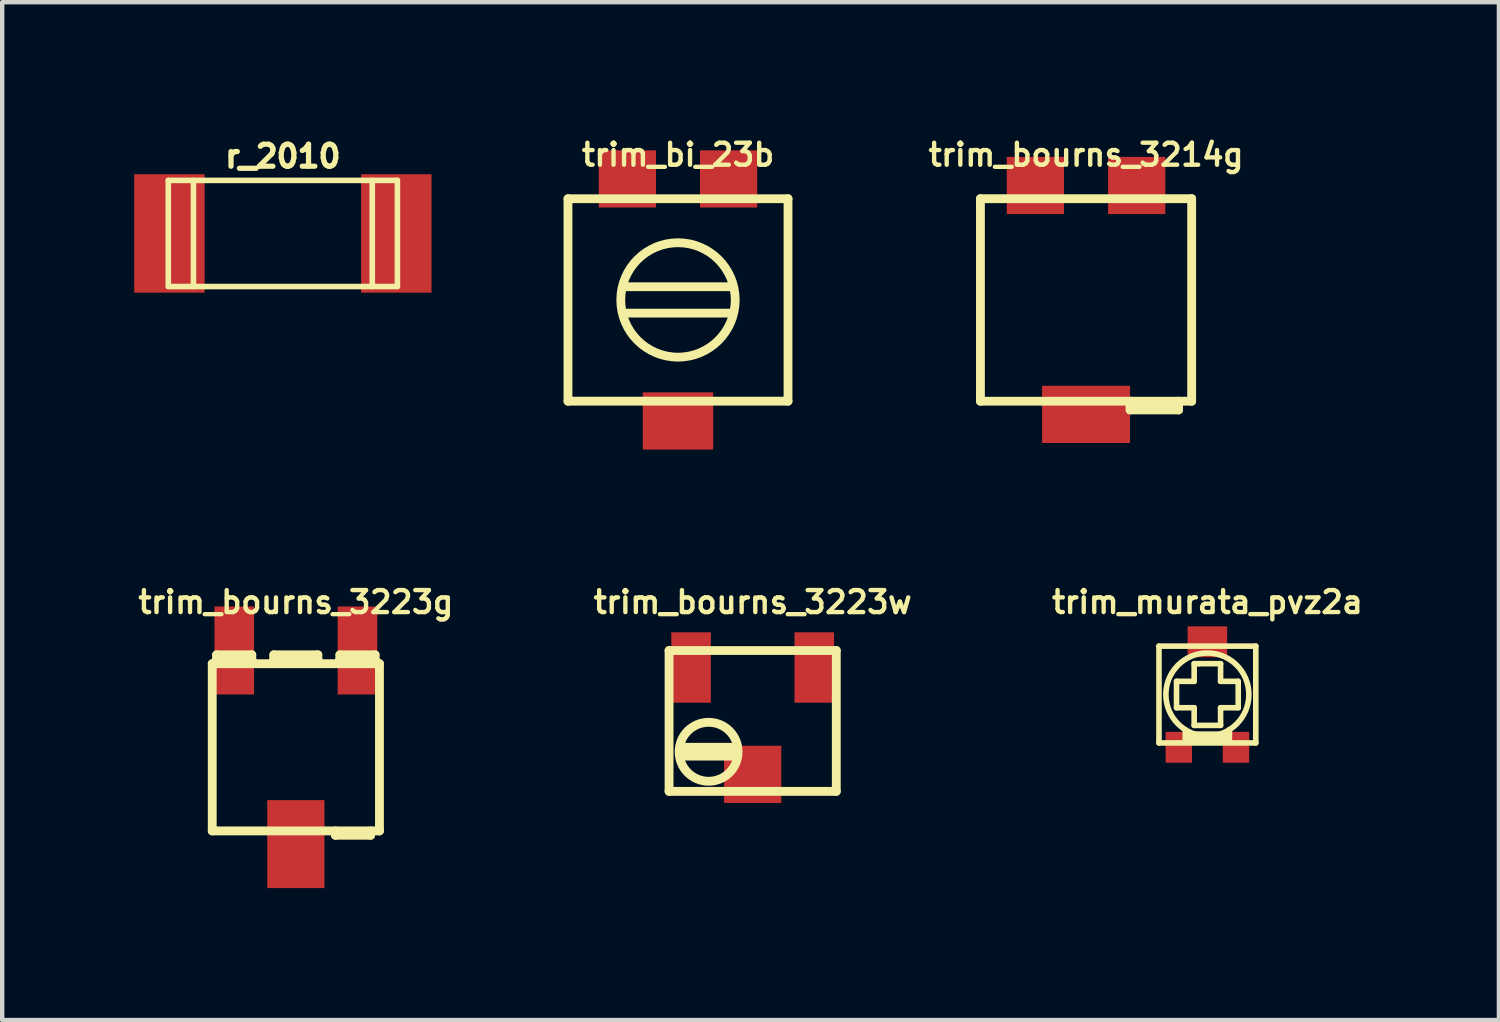
<source format=kicad_pcb>
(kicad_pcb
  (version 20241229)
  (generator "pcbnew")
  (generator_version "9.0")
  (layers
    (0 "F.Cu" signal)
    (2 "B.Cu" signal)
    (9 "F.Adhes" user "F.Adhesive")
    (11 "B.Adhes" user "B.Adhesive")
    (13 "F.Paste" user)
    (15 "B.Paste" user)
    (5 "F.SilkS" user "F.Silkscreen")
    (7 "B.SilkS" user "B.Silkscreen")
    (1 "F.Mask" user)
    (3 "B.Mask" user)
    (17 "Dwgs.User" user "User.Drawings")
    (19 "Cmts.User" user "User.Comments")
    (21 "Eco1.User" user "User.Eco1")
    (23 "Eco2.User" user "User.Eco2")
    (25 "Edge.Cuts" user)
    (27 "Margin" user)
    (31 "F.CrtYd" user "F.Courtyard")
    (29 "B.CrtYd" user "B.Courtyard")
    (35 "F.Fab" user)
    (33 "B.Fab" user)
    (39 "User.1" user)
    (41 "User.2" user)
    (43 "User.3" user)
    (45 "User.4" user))
  (footprint "trim_bourns_3214g"
    (layer "F.Cu")
    (at 21.63 3.766)
    (property "Reference" "trim_bourns_3214g" (at 0 -3.299 0) (layer "F.SilkS") (effects (font (size 0.5 0.5) (thickness 0.099))))
    (attr through_hole)
    (fp_line (start -2.4 -2.301) (end -2.4 2.301) (stroke (width 0.201) (type solid)) (layer "F.SilkS"))
    (fp_line (start -2.4 2.301) (end 2.4 2.301) (stroke (width 0.201) (type solid)) (layer "F.SilkS"))
    (fp_line (start 1.001 2.301) (end 1.001 2.499) (stroke (width 0.201) (type solid)) (layer "F.SilkS"))
    (fp_line (start 1.001 2.499) (end 2.101 2.499) (stroke (width 0.201) (type solid)) (layer "F.SilkS"))
    (fp_line (start 2.101 2.4) (end 1.001 2.4) (stroke (width 0.201) (type solid)) (layer "F.SilkS"))
    (fp_line (start 2.101 2.499) (end 2.101 2.301) (stroke (width 0.201) (type solid)) (layer "F.SilkS"))
    (fp_line (start 2.4 -2.301) (end -2.4 -2.301) (stroke (width 0.201) (type solid)) (layer "F.SilkS"))
    (fp_line (start 2.4 2.301) (end 2.4 -2.301) (stroke (width 0.201) (type solid)) (layer "F.SilkS"))
    (pad "1" smd rect (at 1.151 -2.601) (size 1.3 1.3) (layers "F.Cu" "F.Mask" "F.Paste"))
    (pad "2" smd rect (at 0 2.601) (size 1.999 1.3) (layers "F.Cu" "F.Mask" "F.Paste"))
    (pad "3" smd rect (at -1.151 -2.601) (size 1.3 1.3) (layers "F.Cu" "F.Mask" "F.Paste")))
  (footprint "trim_murata_pvz2a"
    (layer "F.Cu")
    (at 24.387 12.733)
    (property "Reference" "trim_murata_pvz2a" (at 0 -2.101 0) (layer "F.SilkS") (effects (font (size 0.5 0.5) (thickness 0.099))))
    (attr through_hole)
    (fp_line (start -1.1 -1.1) (end 1.1 -1.1) (stroke (width 0.127) (type solid)) (layer "F.SilkS"))
    (fp_line (start -1.1 1.1) (end -1.1 -1.1) (stroke (width 0.127) (type solid)) (layer "F.SilkS"))
    (fp_line (start -0.701 -0.3) (end -0.701 0.3) (stroke (width 0.127) (type solid)) (layer "F.SilkS"))
    (fp_line (start -0.701 0.3) (end -0.3 0.3) (stroke (width 0.127) (type solid)) (layer "F.SilkS"))
    (fp_line (start -0.5 0.899) (end 0.5 0.899) (stroke (width 0.127) (type solid)) (layer "F.SilkS"))
    (fp_line (start -0.5 1.001) (end -0.5 0.8) (stroke (width 0.127) (type solid)) (layer "F.SilkS"))
    (fp_line (start -0.3 -0.701) (end -0.3 -0.3) (stroke (width 0.127) (type solid)) (layer "F.SilkS"))
    (fp_line (start -0.3 -0.3) (end -0.701 -0.3) (stroke (width 0.127) (type solid)) (layer "F.SilkS"))
    (fp_line (start -0.3 0.3) (end -0.3 0.701) (stroke (width 0.127) (type solid)) (layer "F.SilkS"))
    (fp_line (start -0.3 0.701) (end 0.3 0.701) (stroke (width 0.127) (type solid)) (layer "F.SilkS"))
    (fp_line (start -0.201 -0.701) (end -0.3 -0.701) (stroke (width 0.127) (type solid)) (layer "F.SilkS"))
    (fp_line (start 0.3 -0.701) (end -0.201 -0.701) (stroke (width 0.127) (type solid)) (layer "F.SilkS"))
    (fp_line (start 0.3 -0.3) (end 0.3 -0.701) (stroke (width 0.127) (type solid)) (layer "F.SilkS"))
    (fp_line (start 0.3 0.3) (end 0.701 0.3) (stroke (width 0.127) (type solid)) (layer "F.SilkS"))
    (fp_line (start 0.3 0.701) (end 0.3 0.3) (stroke (width 0.127) (type solid)) (layer "F.SilkS"))
    (fp_line (start 0.5 1.001) (end -0.5 1.001) (stroke (width 0.127) (type solid)) (layer "F.SilkS"))
    (fp_line (start 0.5 1.001) (end 0.5 0.8) (stroke (width 0.127) (type solid)) (layer "F.SilkS"))
    (fp_line (start 0.701 -0.3) (end 0.3 -0.3) (stroke (width 0.127) (type solid)) (layer "F.SilkS"))
    (fp_line (start 0.701 0.3) (end 0.701 -0.3) (stroke (width 0.127) (type solid)) (layer "F.SilkS"))
    (fp_line (start 1.1 -1.1) (end 1.1 1.1) (stroke (width 0.127) (type solid)) (layer "F.SilkS"))
    (fp_line (start 1.1 1.1) (end -1.1 1.1) (stroke (width 0.127) (type solid)) (layer "F.SilkS"))
    (fp_circle (center 0 0) (end -0.8 0.5) (stroke (width 0.127) (type solid)) (fill no) (layer "F.SilkS"))
    (pad "1" smd rect (at -0.65 1.199) (size 0.599 0.701) (layers "F.Cu" "F.Mask" "F.Paste"))
    (pad "2" smd rect (at 0 -1.199) (size 0.899 0.701) (layers "F.Cu" "F.Mask" "F.Paste"))
    (pad "3" smd rect (at 0.65 1.199) (size 0.599 0.701) (layers "F.Cu" "F.Mask" "F.Paste")))
  (footprint "trim_bourns_3223g"
    (layer "F.Cu")
    (at 3.673 13.932)
    (property "Reference" "trim_bourns_3223g" (at 0 -3.299 0) (layer "F.SilkS") (effects (font (size 0.5 0.5) (thickness 0.099))))
    (attr through_hole)
    (fp_line (start -1.9 -1.9) (end 1.9 -1.9) (stroke (width 0.201) (type solid)) (layer "F.SilkS"))
    (fp_line (start -1.9 1.9) (end -1.9 -1.9) (stroke (width 0.201) (type solid)) (layer "F.SilkS"))
    (fp_line (start -1.801 -2.101) (end -1.801 -1.999) (stroke (width 0.201) (type solid)) (layer "F.SilkS"))
    (fp_line (start -1.801 -1.999) (end -1.001 -1.999) (stroke (width 0.201) (type solid)) (layer "F.SilkS"))
    (fp_line (start -1.801 -1.9) (end -1.801 -1.999) (stroke (width 0.201) (type solid)) (layer "F.SilkS"))
    (fp_line (start -1.001 -2.101) (end -1.801 -2.101) (stroke (width 0.201) (type solid)) (layer "F.SilkS"))
    (fp_line (start -1.001 -1.999) (end -1.001 -2.101) (stroke (width 0.201) (type solid)) (layer "F.SilkS"))
    (fp_line (start -1.001 -1.999) (end -1.001 -1.9) (stroke (width 0.201) (type solid)) (layer "F.SilkS"))
    (fp_line (start -0.5 -2.101) (end -0.5 -1.999) (stroke (width 0.201) (type solid)) (layer "F.SilkS"))
    (fp_line (start -0.5 -1.999) (end 0.5 -1.999) (stroke (width 0.201) (type solid)) (layer "F.SilkS"))
    (fp_line (start -0.5 -1.9) (end -0.5 -1.999) (stroke (width 0.201) (type solid)) (layer "F.SilkS"))
    (fp_line (start 0.5 -2.101) (end -0.5 -2.101) (stroke (width 0.201) (type solid)) (layer "F.SilkS"))
    (fp_line (start 0.5 -1.999) (end 0.5 -2.101) (stroke (width 0.201) (type solid)) (layer "F.SilkS"))
    (fp_line (start 0.5 -1.999) (end 0.5 -1.9) (stroke (width 0.201) (type solid)) (layer "F.SilkS"))
    (fp_line (start 0.899 1.9) (end 0.899 1.999) (stroke (width 0.201) (type solid)) (layer "F.SilkS"))
    (fp_line (start 0.899 1.999) (end 1.699 1.999) (stroke (width 0.201) (type solid)) (layer "F.SilkS"))
    (fp_line (start 1.001 -2.101) (end 1.001 -1.999) (stroke (width 0.201) (type solid)) (layer "F.SilkS"))
    (fp_line (start 1.001 -1.999) (end 1.801 -1.999) (stroke (width 0.201) (type solid)) (layer "F.SilkS"))
    (fp_line (start 1.001 -1.9) (end 1.001 -1.999) (stroke (width 0.201) (type solid)) (layer "F.SilkS"))
    (fp_line (start 1.699 1.999) (end 1.699 1.9) (stroke (width 0.201) (type solid)) (layer "F.SilkS"))
    (fp_line (start 1.801 -2.101) (end 1.001 -2.101) (stroke (width 0.201) (type solid)) (layer "F.SilkS"))
    (fp_line (start 1.801 -1.999) (end 1.801 -2.101) (stroke (width 0.201) (type solid)) (layer "F.SilkS"))
    (fp_line (start 1.801 -1.999) (end 1.801 -1.9) (stroke (width 0.201) (type solid)) (layer "F.SilkS"))
    (fp_line (start 1.9 -1.9) (end 1.9 1.9) (stroke (width 0.201) (type solid)) (layer "F.SilkS"))
    (fp_line (start 1.9 1.9) (end -1.9 1.9) (stroke (width 0.201) (type solid)) (layer "F.SilkS"))
    (pad "1" smd rect (at -1.4 -2.2) (size 0.899 1.999) (layers "F.Cu" "F.Mask" "F.Paste"))
    (pad "2" smd rect (at 0 2.2) (size 1.3 1.999) (layers "F.Cu" "F.Mask" "F.Paste"))
    (pad "3" smd rect (at 1.4 -2.2) (size 0.899 1.999) (layers "F.Cu" "F.Mask" "F.Paste")))
  (footprint "trim_bourns_3223w"
    (layer "F.Cu")
    (at 14.054 13.333)
    (property "Reference" "trim_bourns_3223w" (at 0 -2.7 0) (layer "F.SilkS") (effects (font (size 0.5 0.5) (thickness 0.099))))
    (attr through_hole)
    (fp_line (start -1.9 -1.6) (end 1.9 -1.6) (stroke (width 0.201) (type solid)) (layer "F.SilkS"))
    (fp_line (start -1.9 1.6) (end -1.9 -1.6) (stroke (width 0.201) (type solid)) (layer "F.SilkS"))
    (fp_line (start -1.6 0.599) (end -1.6 0.8) (stroke (width 0.201) (type solid)) (layer "F.SilkS"))
    (fp_line (start -1.6 0.701) (end -0.399 0.701) (stroke (width 0.201) (type solid)) (layer "F.SilkS"))
    (fp_line (start -1.6 0.8) (end -0.399 0.8) (stroke (width 0.201) (type solid)) (layer "F.SilkS"))
    (fp_line (start -0.399 0.599) (end -1.6 0.599) (stroke (width 0.201) (type solid)) (layer "F.SilkS"))
    (fp_line (start -0.399 0.701) (end -0.399 0.599) (stroke (width 0.201) (type solid)) (layer "F.SilkS"))
    (fp_line (start 1.9 -1.6) (end 1.9 1.6) (stroke (width 0.201) (type solid)) (layer "F.SilkS"))
    (fp_line (start 1.9 1.6) (end -1.9 1.6) (stroke (width 0.201) (type solid)) (layer "F.SilkS"))
    (fp_circle (center -1.001 0.701) (end -1.6 1.001) (stroke (width 0.201) (type solid)) (fill no) (layer "F.SilkS"))
    (pad "1" smd rect (at 1.4 -1.214) (size 0.899 1.6) (layers "F.Cu" "F.Mask" "F.Paste"))
    (pad "2" smd rect (at 0 1.214) (size 1.3 1.3) (layers "F.Cu" "F.Mask" "F.Paste"))
    (pad "3" smd rect (at -1.4 -1.214) (size 0.899 1.6) (layers "F.Cu" "F.Mask" "F.Paste")))
  (footprint "trim_bi_23b"
    (layer "F.Cu")
    (at 12.357 3.766)
    (property "Reference" "trim_bi_23b" (at 0 -3.299 0) (layer "F.SilkS") (effects (font (size 0.5 0.5) (thickness 0.099))))
    (attr through_hole)
    (fp_line (start -2.5 -2.3) (end -2.5 2.3) (stroke (width 0.201) (type solid)) (layer "F.SilkS"))
    (fp_line (start -2.5 2.3) (end 2.5 2.3) (stroke (width 0.201) (type solid)) (layer "F.SilkS"))
    (fp_line (start -1.2 -0.3) (end 1.2 -0.3) (stroke (width 0.2) (type solid)) (layer "F.SilkS"))
    (fp_line (start 1.2 0.3) (end -1.2 0.3) (stroke (width 0.2) (type solid)) (layer "F.SilkS"))
    (fp_line (start 2.5 -2.3) (end -2.5 -2.3) (stroke (width 0.201) (type solid)) (layer "F.SilkS"))
    (fp_line (start 2.5 2.3) (end 2.5 -2.3) (stroke (width 0.2) (type solid)) (layer "F.SilkS"))
    (fp_circle (center 0 0) (end -1.3 0) (stroke (width 0.2) (type solid)) (fill no) (layer "F.SilkS"))
    (pad "1" smd rect (at 1.15 -2.75) (size 1.3 1.3) (layers "F.Cu" "F.Mask" "F.Paste"))
    (pad "2" smd rect (at 0 2.75) (size 1.6 1.3) (layers "F.Cu" "F.Mask" "F.Paste"))
    (pad "3" smd rect (at -1.15 -2.75) (size 1.3 1.3) (layers "F.Cu" "F.Mask" "F.Paste")))
  (footprint "r_2010"
    (layer "F.Cu")
    (at 3.378 2.255)
    (property "Reference" "r_2010" (at 0 -1.753 0) (layer "F.SilkS") (effects (font (size 0.5 0.5) (thickness 0.119))))
    (attr through_hole)
    (fp_line (start -2.603 -1.206) (end -2.603 1.206) (stroke (width 0.127) (type solid)) (layer "F.SilkS"))
    (fp_line (start -2.603 1.206) (end 2.603 1.206) (stroke (width 0.127) (type solid)) (layer "F.SilkS"))
    (fp_line (start -2.032 -1.206) (end -2.032 1.206) (stroke (width 0.127) (type solid)) (layer "F.SilkS"))
    (fp_line (start 2.032 1.206) (end 2.032 -1.206) (stroke (width 0.127) (type solid)) (layer "F.SilkS"))
    (fp_line (start 2.603 -1.206) (end -2.603 -1.206) (stroke (width 0.127) (type solid)) (layer "F.SilkS"))
    (fp_line (start 2.603 1.206) (end 2.603 -1.206) (stroke (width 0.127) (type solid)) (layer "F.SilkS"))
    (pad "1" smd rect (at 2.578 0) (size 1.6 2.692) (layers "F.Cu" "F.Mask" "F.Paste"))
    (pad "2" smd rect (at -2.578 0) (size 1.6 2.692) (layers "F.Cu" "F.Mask" "F.Paste")))
  (gr_rect
    (start -3 -3)
    (end 31.012 20.131)
    (stroke (width 0.1) (type default))
    (fill no)
    (layer "Edge.Cuts")))
</source>
